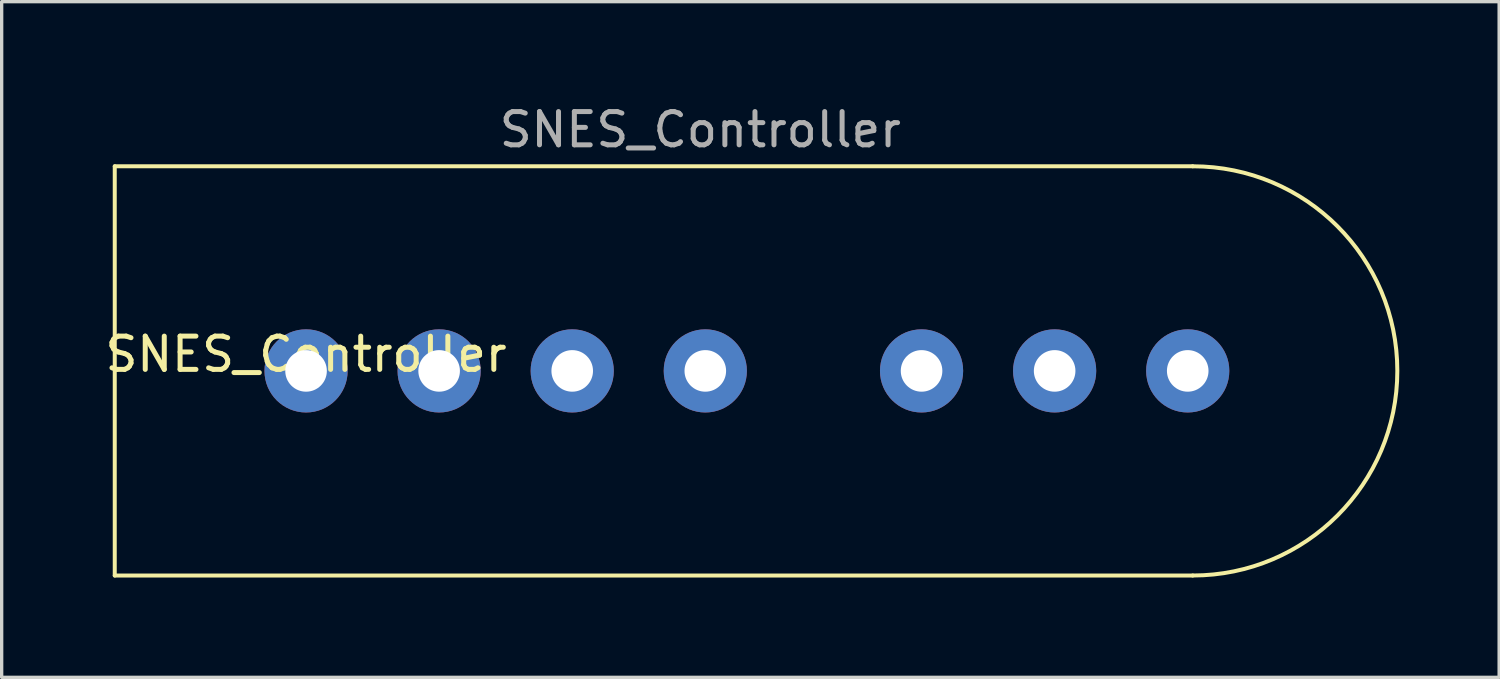
<source format=kicad_pcb>
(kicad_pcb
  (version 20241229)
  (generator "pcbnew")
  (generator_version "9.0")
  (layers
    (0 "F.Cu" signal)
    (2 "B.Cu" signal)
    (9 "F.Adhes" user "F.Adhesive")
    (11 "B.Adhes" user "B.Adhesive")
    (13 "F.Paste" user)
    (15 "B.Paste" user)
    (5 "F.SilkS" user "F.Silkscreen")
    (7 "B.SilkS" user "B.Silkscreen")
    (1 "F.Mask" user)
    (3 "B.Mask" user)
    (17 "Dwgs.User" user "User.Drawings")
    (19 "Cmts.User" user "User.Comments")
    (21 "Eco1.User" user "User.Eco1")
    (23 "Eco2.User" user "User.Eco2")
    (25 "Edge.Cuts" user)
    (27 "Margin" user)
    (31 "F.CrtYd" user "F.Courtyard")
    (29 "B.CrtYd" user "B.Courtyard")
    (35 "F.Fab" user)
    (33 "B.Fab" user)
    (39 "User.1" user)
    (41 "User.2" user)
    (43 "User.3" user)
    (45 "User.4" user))
  (footprint "SNES_Controller"
    (layer "F.Cu")
    (at 6.149 8.098)
    (property "Reference" "SNES_Controller" (at 0 -0.5 0) (unlocked yes) (layer "F.SilkS") (effects (font (size 1 1) (thickness 0.15))))
    (attr smd)
    (fp_line (start -5.75 -6.15) (end -5.75 6.15) (stroke (width 0.12) (type default)) (layer "F.SilkS"))
    (fp_line (start -5.75 6.15) (end 26.65 6.15) (stroke (width 0.12) (type default)) (layer "F.SilkS"))
    (fp_line (start 26.65 -6.15) (end -5.75 -6.15) (stroke (width 0.12) (type default)) (layer "F.SilkS"))
    (fp_arc (start 26.65 -6.15) (mid 32.8 0) (end 26.65 6.15) (stroke (width 0.12) (type default)) (layer "F.SilkS"))
    (fp_text user "${REFERENCE}" (at 11.85 -7.25 0) (unlocked yes) (layer "F.Fab") (effects (font (size 1 1) (thickness 0.15))))
    (pad "1" thru_hole circle (at 0 0) (size 2.5 2.5) (drill 1.25) (layers "*.Cu" "*.Mask"))
    (pad "2" thru_hole circle (at 4 0) (size 2.5 2.5) (drill 1.25) (layers "*.Cu" "*.Mask"))
    (pad "3" thru_hole circle (at 8 0) (size 2.5 2.5) (drill 1.25) (layers "*.Cu" "*.Mask"))
    (pad "4" thru_hole circle (at 12 0) (size 2.5 2.5) (drill 1.25) (layers "*.Cu" "*.Mask"))
    (pad "5" thru_hole circle (at 18.5 0) (size 2.5 2.5) (drill 1.25) (layers "*.Cu" "*.Mask"))
    (pad "6" thru_hole circle (at 22.5 0) (size 2.5 2.5) (drill 1.25) (layers "*.Cu" "*.Mask"))
    (pad "7" thru_hole circle (at 26.5 0) (size 2.5 2.5) (drill 1.25) (layers "*.Cu" "*.Mask")))
  (gr_rect
    (start -3 -3)
    (end 42.009 17.308)
    (stroke (width 0.1) (type default))
    (fill no)
    (layer "Edge.Cuts")))
</source>
